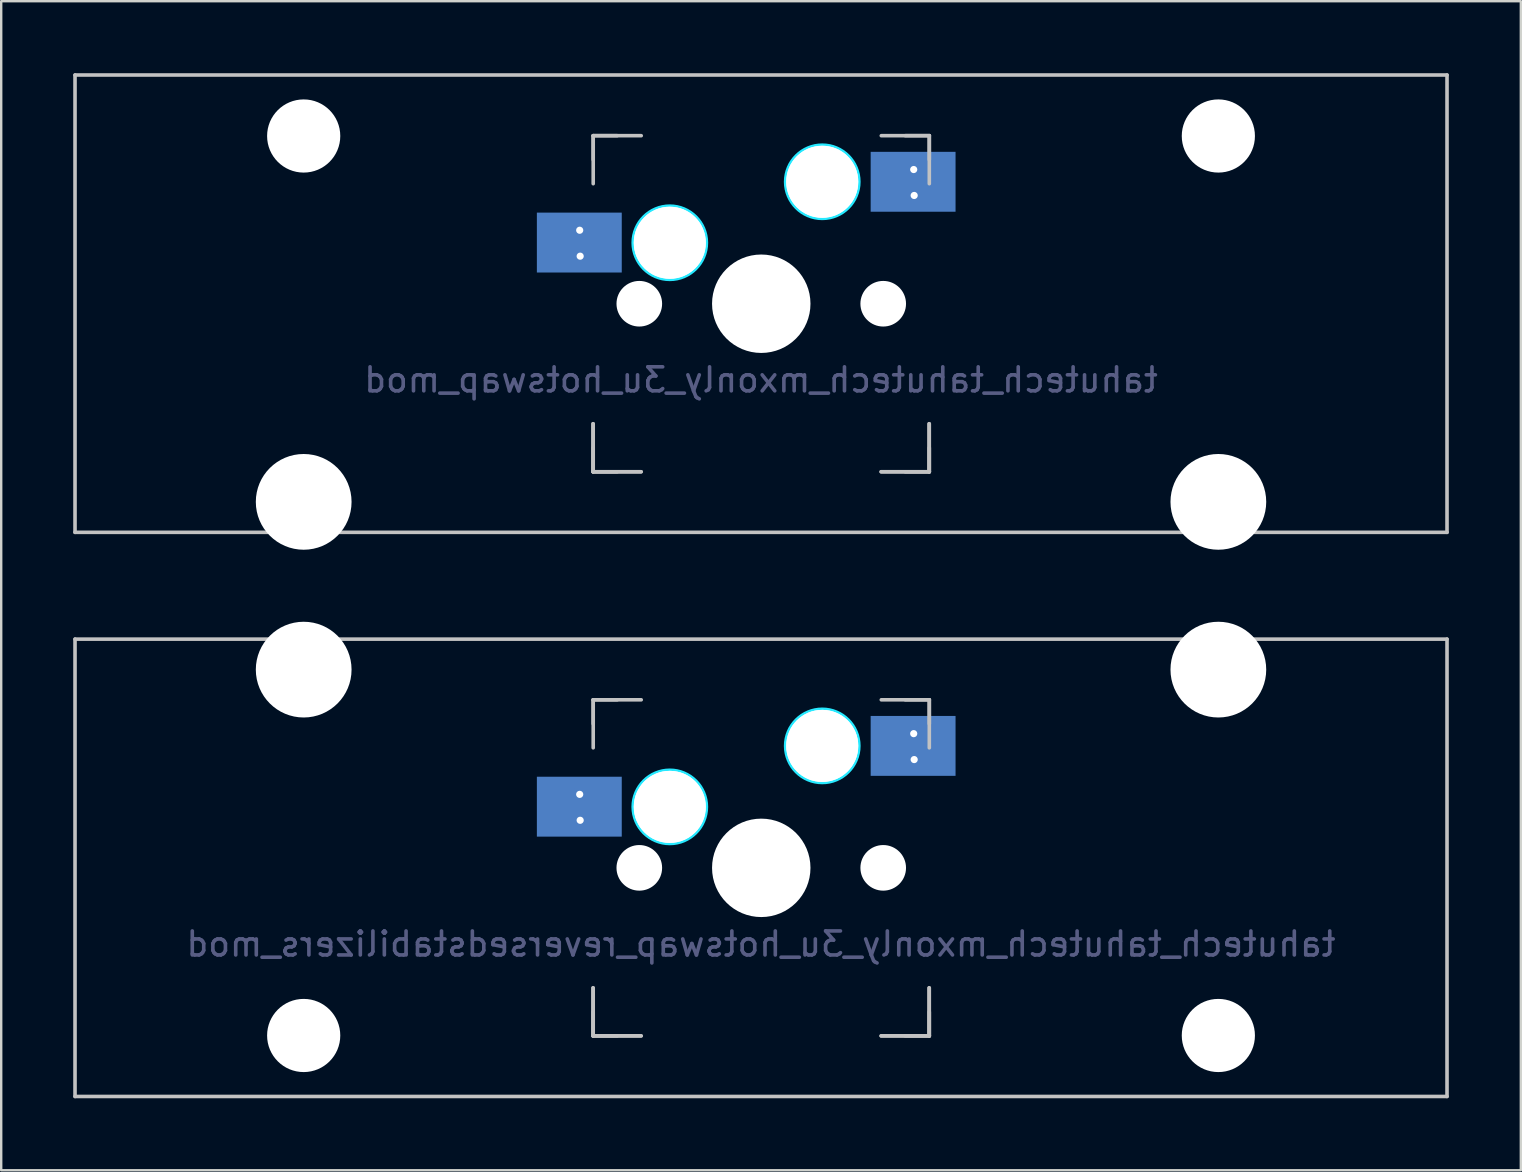
<source format=kicad_pcb>
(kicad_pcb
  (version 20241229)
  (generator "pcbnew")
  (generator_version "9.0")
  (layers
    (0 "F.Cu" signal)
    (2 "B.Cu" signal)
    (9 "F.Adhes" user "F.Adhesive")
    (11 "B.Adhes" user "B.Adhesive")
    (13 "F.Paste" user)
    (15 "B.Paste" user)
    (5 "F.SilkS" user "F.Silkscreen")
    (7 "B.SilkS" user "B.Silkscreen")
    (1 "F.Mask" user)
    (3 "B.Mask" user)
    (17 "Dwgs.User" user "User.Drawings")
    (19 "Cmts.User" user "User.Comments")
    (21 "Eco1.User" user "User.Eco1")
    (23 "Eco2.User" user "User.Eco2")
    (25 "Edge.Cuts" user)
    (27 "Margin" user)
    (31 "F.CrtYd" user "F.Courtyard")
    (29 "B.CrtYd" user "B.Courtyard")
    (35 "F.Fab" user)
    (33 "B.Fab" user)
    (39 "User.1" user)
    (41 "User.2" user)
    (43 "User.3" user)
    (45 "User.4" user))
  (footprint "tahutech_tahutech_mxonly_3u_hotswap_mod"
    (layer "F.Cu")
    (at 28.65 9.6)
    (property "Reference" "tahutech_tahutech_mxonly_3u_hotswap_mod" (at 0 3.175 0) (layer "B.Fab") (effects (font (size 1 1) (thickness 0.15)) (justify mirror)))
    (attr through_hole)
    (fp_line (start -28.575 -9.525) (end 28.575 -9.525) (stroke (width 0.15) (type solid)) (layer "Dwgs.User"))
    (fp_line (start -28.575 9.525) (end -28.575 -9.525) (stroke (width 0.15) (type solid)) (layer "Dwgs.User"))
    (fp_line (start -28.575 9.525) (end 28.575 9.525) (stroke (width 0.15) (type solid)) (layer "Dwgs.User"))
    (fp_line (start -7 5) (end -7 7) (stroke (width 0.15) (type solid)) (layer "Dwgs.User"))
    (fp_line (start -7 7) (end -5 7) (stroke (width 0.15) (type solid)) (layer "Dwgs.User"))
    (fp_line (start -6.99 -6.998) (end -6.99 -4.998) (stroke (width 0.15) (type solid)) (layer "Dwgs.User"))
    (fp_line (start -6.99 -6.998) (end -5.99 -6.998) (stroke (width 0.15) (type solid)) (layer "Dwgs.User"))
    (fp_line (start -6.99 -5.998) (end -6.99 -6.998) (stroke (width 0.15) (type solid)) (layer "Dwgs.User"))
    (fp_line (start -6.99 5.002) (end -6.99 7.002) (stroke (width 0.15) (type solid)) (layer "Dwgs.User"))
    (fp_line (start -6.99 6.002) (end -6.99 7.002) (stroke (width 0.15) (type solid)) (layer "Dwgs.User"))
    (fp_line (start -6.99 7.002) (end -5.99 7.002) (stroke (width 0.15) (type solid)) (layer "Dwgs.User"))
    (fp_line (start -6.99 7.002) (end -4.99 7.002) (stroke (width 0.15) (type solid)) (layer "Dwgs.User"))
    (fp_line (start -4.99 -6.998) (end -6.99 -6.998) (stroke (width 0.15) (type solid)) (layer "Dwgs.User"))
    (fp_line (start 5 7) (end 7 7) (stroke (width 0.15) (type solid)) (layer "Dwgs.User"))
    (fp_line (start 5.01 -6.998) (end 7.01 -6.998) (stroke (width 0.15) (type solid)) (layer "Dwgs.User"))
    (fp_line (start 5.01 7.002) (end 7.01 7.002) (stroke (width 0.15) (type solid)) (layer "Dwgs.User"))
    (fp_line (start 6.01 7.002) (end 7.01 7.002) (stroke (width 0.15) (type solid)) (layer "Dwgs.User"))
    (fp_line (start 7 7) (end 7 5) (stroke (width 0.15) (type solid)) (layer "Dwgs.User"))
    (fp_line (start 7.01 -6.998) (end 6.01 -6.998) (stroke (width 0.15) (type solid)) (layer "Dwgs.User"))
    (fp_line (start 7.01 -6.998) (end 7.01 -5.998) (stroke (width 0.15) (type solid)) (layer "Dwgs.User"))
    (fp_line (start 7.01 -6.998) (end 7.01 -4.998) (stroke (width 0.15) (type solid)) (layer "Dwgs.User"))
    (fp_line (start 7.01 7.002) (end 7.01 5.002) (stroke (width 0.15) (type solid)) (layer "Dwgs.User"))
    (fp_line (start 7.01 7.002) (end 7.01 6.002) (stroke (width 0.15) (type solid)) (layer "Dwgs.User"))
    (fp_line (start 28.575 -9.525) (end 28.575 9.525) (stroke (width 0.15) (type solid)) (layer "Dwgs.User"))
    (fp_circle (center -3.8 -2.538) (end -3.8 -4.062) (stroke (width 0.15) (type solid)) (fill no) (layer "B.CrtYd"))
    (fp_circle (center 2.55 -5.078) (end 2.55 -6.602) (stroke (width 0.15) (type solid)) (fill no) (layer "B.CrtYd"))
    (pad "" np_thru_hole circle (at -19.05 -6.985) (size 3.048 3.048) (drill 3.048) (layers "*.Cu" "*.Mask"))
    (pad "" np_thru_hole circle (at -19.05 8.255) (size 3.988 3.988) (drill 3.988) (layers "*.Cu" "*.Mask"))
    (pad "" np_thru_hole circle (at -5.07 0.002 48.1) (size 1.75 1.75) (drill 1.75) (layers "*.Cu" "*.Mask"))
    (pad "" np_thru_hole circle (at -5.07 0.002) (size 1.9 1.9) (drill 1.9) (layers "*.Cu" "*.Mask"))
    (pad "" np_thru_hole circle (at -3.8 -2.538) (size 3 3) (drill 3) (layers "*.Cu" "*.Mask"))
    (pad "" np_thru_hole circle (at -3.8 -2.538) (size 3 3) (drill 3) (layers "*.Cu" "*.Mask"))
    (pad "" np_thru_hole circle (at 0 0) (size 3.988 3.988) (drill 3.988) (layers "*.Cu" "*.Mask"))
    (pad "" np_thru_hole circle (at 0.01 0.002) (size 3.988 3.988) (drill 3.988) (layers "*.Cu" "*.Mask"))
    (pad "" np_thru_hole circle (at 0.01 0.002 90) (size 4.1 4.1) (drill 4.1) (layers "*.Cu" "*.Mask"))
    (pad "" np_thru_hole circle (at 2.55 -5.078) (size 3 3) (drill 3) (layers "*.Cu" "*.Mask"))
    (pad "" np_thru_hole circle (at 2.55 -5.078) (size 3 3) (drill 3) (layers "*.Cu" "*.Mask"))
    (pad "" np_thru_hole circle (at 5.09 0.002 48.1) (size 1.75 1.75) (drill 1.75) (layers "*.Cu" "*.Mask"))
    (pad "" np_thru_hole circle (at 5.09 0.002) (size 1.9 1.9) (drill 1.9) (layers "*.Cu" "*.Mask"))
    (pad "" np_thru_hole circle (at 19.05 -6.985) (size 3.048 3.048) (drill 3.048) (layers "*.Cu" "*.Mask"))
    (pad "" np_thru_hole circle (at 19.05 8.255) (size 3.988 3.988) (drill 3.988) (layers "*.Cu" "*.Mask"))
    (pad "1" smd rect (at -7.569 -2.546 180) (size 3.536 2.495) (layers "B.Cu" "B.Mask" "B.Paste"))
    (pad "1" thru_hole circle (at -7.553 -3.059) (size 0.6 0.6) (drill 0.3) (layers "*.Cu" "*.Mask"))
    (pad "1" thru_hole circle (at -7.533 -1.979) (size 0.6 0.6) (drill 0.3) (layers "*.Cu" "*.Mask"))
    (pad "2" smd rect (at 6.335 -5.078 180) (size 3.536 2.495) (layers "B.Cu" "B.Mask" "B.Paste"))
    (pad "2" thru_hole circle (at 6.36 -5.588) (size 0.6 0.6) (drill 0.3) (layers "*.Cu" "*.Mask"))
    (pad "2" thru_hole circle (at 6.38 -4.508) (size 0.6 0.6) (drill 0.3) (layers "*.Cu" "*.Mask")))
  (footprint "tahutech_tahutech_mxonly_3u_hotswap_reversedstabilizers_mod"
    (layer "F.Cu")
    (at 28.65 33.098)
    (property "Reference" "tahutech_tahutech_mxonly_3u_hotswap_reversedstabilizers_mod" (at 0 3.175 0) (layer "B.Fab") (effects (font (size 1 1) (thickness 0.15)) (justify mirror)))
    (attr through_hole)
    (fp_line (start -28.575 -9.525) (end 28.575 -9.525) (stroke (width 0.15) (type solid)) (layer "Dwgs.User"))
    (fp_line (start -28.575 9.525) (end -28.575 -9.525) (stroke (width 0.15) (type solid)) (layer "Dwgs.User"))
    (fp_line (start -28.575 9.525) (end 28.575 9.525) (stroke (width 0.15) (type solid)) (layer "Dwgs.User"))
    (fp_line (start -7 5) (end -7 7) (stroke (width 0.15) (type solid)) (layer "Dwgs.User"))
    (fp_line (start -7 7) (end -5 7) (stroke (width 0.15) (type solid)) (layer "Dwgs.User"))
    (fp_line (start -6.99 -6.998) (end -6.99 -4.998) (stroke (width 0.15) (type solid)) (layer "Dwgs.User"))
    (fp_line (start -6.99 -6.998) (end -5.99 -6.998) (stroke (width 0.15) (type solid)) (layer "Dwgs.User"))
    (fp_line (start -6.99 -5.998) (end -6.99 -6.998) (stroke (width 0.15) (type solid)) (layer "Dwgs.User"))
    (fp_line (start -6.99 5.002) (end -6.99 7.002) (stroke (width 0.15) (type solid)) (layer "Dwgs.User"))
    (fp_line (start -6.99 6.002) (end -6.99 7.002) (stroke (width 0.15) (type solid)) (layer "Dwgs.User"))
    (fp_line (start -6.99 7.002) (end -5.99 7.002) (stroke (width 0.15) (type solid)) (layer "Dwgs.User"))
    (fp_line (start -6.99 7.002) (end -4.99 7.002) (stroke (width 0.15) (type solid)) (layer "Dwgs.User"))
    (fp_line (start -4.99 -6.998) (end -6.99 -6.998) (stroke (width 0.15) (type solid)) (layer "Dwgs.User"))
    (fp_line (start 5 7) (end 7 7) (stroke (width 0.15) (type solid)) (layer "Dwgs.User"))
    (fp_line (start 5.01 -6.998) (end 7.01 -6.998) (stroke (width 0.15) (type solid)) (layer "Dwgs.User"))
    (fp_line (start 5.01 7.002) (end 7.01 7.002) (stroke (width 0.15) (type solid)) (layer "Dwgs.User"))
    (fp_line (start 6.01 7.002) (end 7.01 7.002) (stroke (width 0.15) (type solid)) (layer "Dwgs.User"))
    (fp_line (start 7 7) (end 7 5) (stroke (width 0.15) (type solid)) (layer "Dwgs.User"))
    (fp_line (start 7.01 -6.998) (end 6.01 -6.998) (stroke (width 0.15) (type solid)) (layer "Dwgs.User"))
    (fp_line (start 7.01 -6.998) (end 7.01 -5.998) (stroke (width 0.15) (type solid)) (layer "Dwgs.User"))
    (fp_line (start 7.01 -6.998) (end 7.01 -4.998) (stroke (width 0.15) (type solid)) (layer "Dwgs.User"))
    (fp_line (start 7.01 7.002) (end 7.01 5.002) (stroke (width 0.15) (type solid)) (layer "Dwgs.User"))
    (fp_line (start 7.01 7.002) (end 7.01 6.002) (stroke (width 0.15) (type solid)) (layer "Dwgs.User"))
    (fp_line (start 28.575 -9.525) (end 28.575 9.525) (stroke (width 0.15) (type solid)) (layer "Dwgs.User"))
    (fp_circle (center -3.8 -2.538) (end -3.8 -4.062) (stroke (width 0.15) (type solid)) (fill no) (layer "B.CrtYd"))
    (fp_circle (center 2.55 -5.078) (end 2.55 -6.602) (stroke (width 0.15) (type solid)) (fill no) (layer "B.CrtYd"))
    (pad "" np_thru_hole circle (at -19.05 -8.255) (size 3.988 3.988) (drill 3.988) (layers "*.Cu" "*.Mask"))
    (pad "" np_thru_hole circle (at -19.05 6.985) (size 3.048 3.048) (drill 3.048) (layers "*.Cu" "*.Mask"))
    (pad "" np_thru_hole circle (at -5.07 0.002 48.1) (size 1.75 1.75) (drill 1.75) (layers "*.Cu" "*.Mask"))
    (pad "" np_thru_hole circle (at -5.07 0.002) (size 1.9 1.9) (drill 1.9) (layers "*.Cu" "*.Mask"))
    (pad "" np_thru_hole circle (at -3.8 -2.538) (size 3 3) (drill 3) (layers "*.Cu" "*.Mask"))
    (pad "" np_thru_hole circle (at -3.8 -2.538) (size 3 3) (drill 3) (layers "*.Cu" "*.Mask"))
    (pad "" np_thru_hole circle (at 0.01 0.002) (size 3.988 3.988) (drill 3.988) (layers "*.Cu" "*.Mask"))
    (pad "" np_thru_hole circle (at 0.01 0.002 90) (size 4.1 4.1) (drill 4.1) (layers "*.Cu" "*.Mask"))
    (pad "" np_thru_hole circle (at 2.55 -5.078) (size 3 3) (drill 3) (layers "*.Cu" "*.Mask"))
    (pad "" np_thru_hole circle (at 2.55 -5.078) (size 3 3) (drill 3) (layers "*.Cu" "*.Mask"))
    (pad "" np_thru_hole circle (at 5.09 0.002 48.1) (size 1.75 1.75) (drill 1.75) (layers "*.Cu" "*.Mask"))
    (pad "" np_thru_hole circle (at 5.09 0.002) (size 1.9 1.9) (drill 1.9) (layers "*.Cu" "*.Mask"))
    (pad "" np_thru_hole circle (at 19.05 -8.255) (size 3.988 3.988) (drill 3.988) (layers "*.Cu" "*.Mask"))
    (pad "" np_thru_hole circle (at 19.05 6.985) (size 3.048 3.048) (drill 3.048) (layers "*.Cu" "*.Mask"))
    (pad "1" smd rect (at -7.569 -2.546 180) (size 3.536 2.495) (layers "B.Cu" "B.Mask" "B.Paste"))
    (pad "1" thru_hole circle (at -7.553 -3.059) (size 0.6 0.6) (drill 0.3) (layers "*.Cu" "*.Mask"))
    (pad "1" thru_hole circle (at -7.533 -1.979) (size 0.6 0.6) (drill 0.3) (layers "*.Cu" "*.Mask"))
    (pad "2" smd rect (at 6.335 -5.078 180) (size 3.536 2.495) (layers "B.Cu" "B.Mask" "B.Paste"))
    (pad "2" thru_hole circle (at 6.36 -5.588) (size 0.6 0.6) (drill 0.3) (layers "*.Cu" "*.Mask"))
    (pad "2" thru_hole circle (at 6.38 -4.508) (size 0.6 0.6) (drill 0.3) (layers "*.Cu" "*.Mask")))
  (gr_rect
    (start -3 -3)
    (end 60.3 45.698)
    (stroke (width 0.1) (type default))
    (fill no)
    (layer "Edge.Cuts")))
</source>
